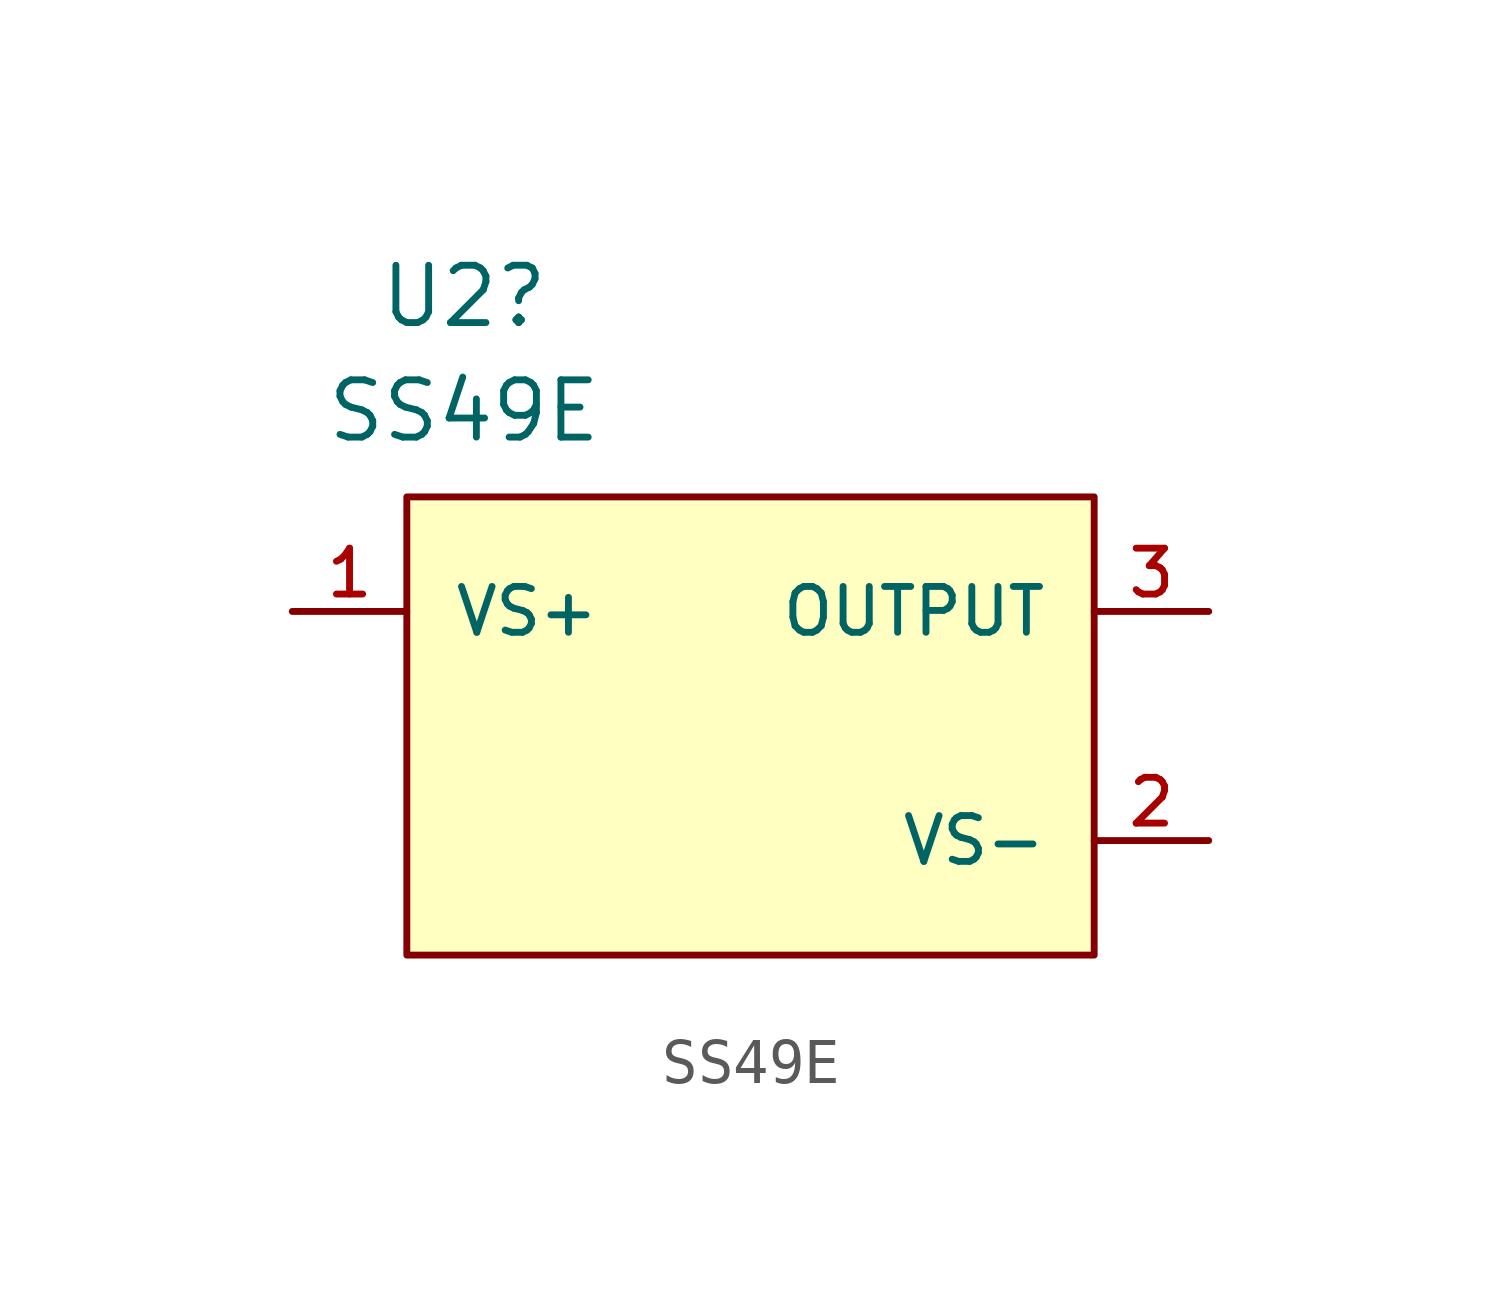
<source format=kicad_sym>
(kicad_symbol_lib
  (version 20230620)
  (generator kicad_symbol_editor)
  (symbol "SS49E"
    (pin_names
      (offset 1.016))
    (property "Reference" "U2"
      (at 19.05 6.985 0)
      (effects (font (size 1.27 1.27))))
    (property "Value" "SS49E"
      (at 19.05 4.445 0)
      (effects (font (size 1.27 1.27))))
    (property "ki_locked" ""
      (at 0 0 0)
      (effects (font (size 1.27 1.27))))
    (symbol "SS49E_1_1"
      (rectangle (start 17.78 2.54) (end 33.02 -7.62) (stroke (width 0) (type solid)) (fill (type background)))
      (pin power_in line (at 15.24 0 0) (length 2.54) (name "VS+" (effects (font (size 1.016 1.016)))) (number "1" (effects (font (size 1.016 1.016)))))
      (pin power_in line (at 35.56 -5.08 180) (length 2.54) (name "VS-" (effects (font (size 1.016 1.016)))) (number "2" (effects (font (size 1.016 1.016)))))
      (pin passive line (at 35.56 0 180) (length 2.54) (name "OUTPUT" (effects (font (size 1.016 1.016)))) (number "3" (effects (font (size 1.016 1.016))))))))
</source>
